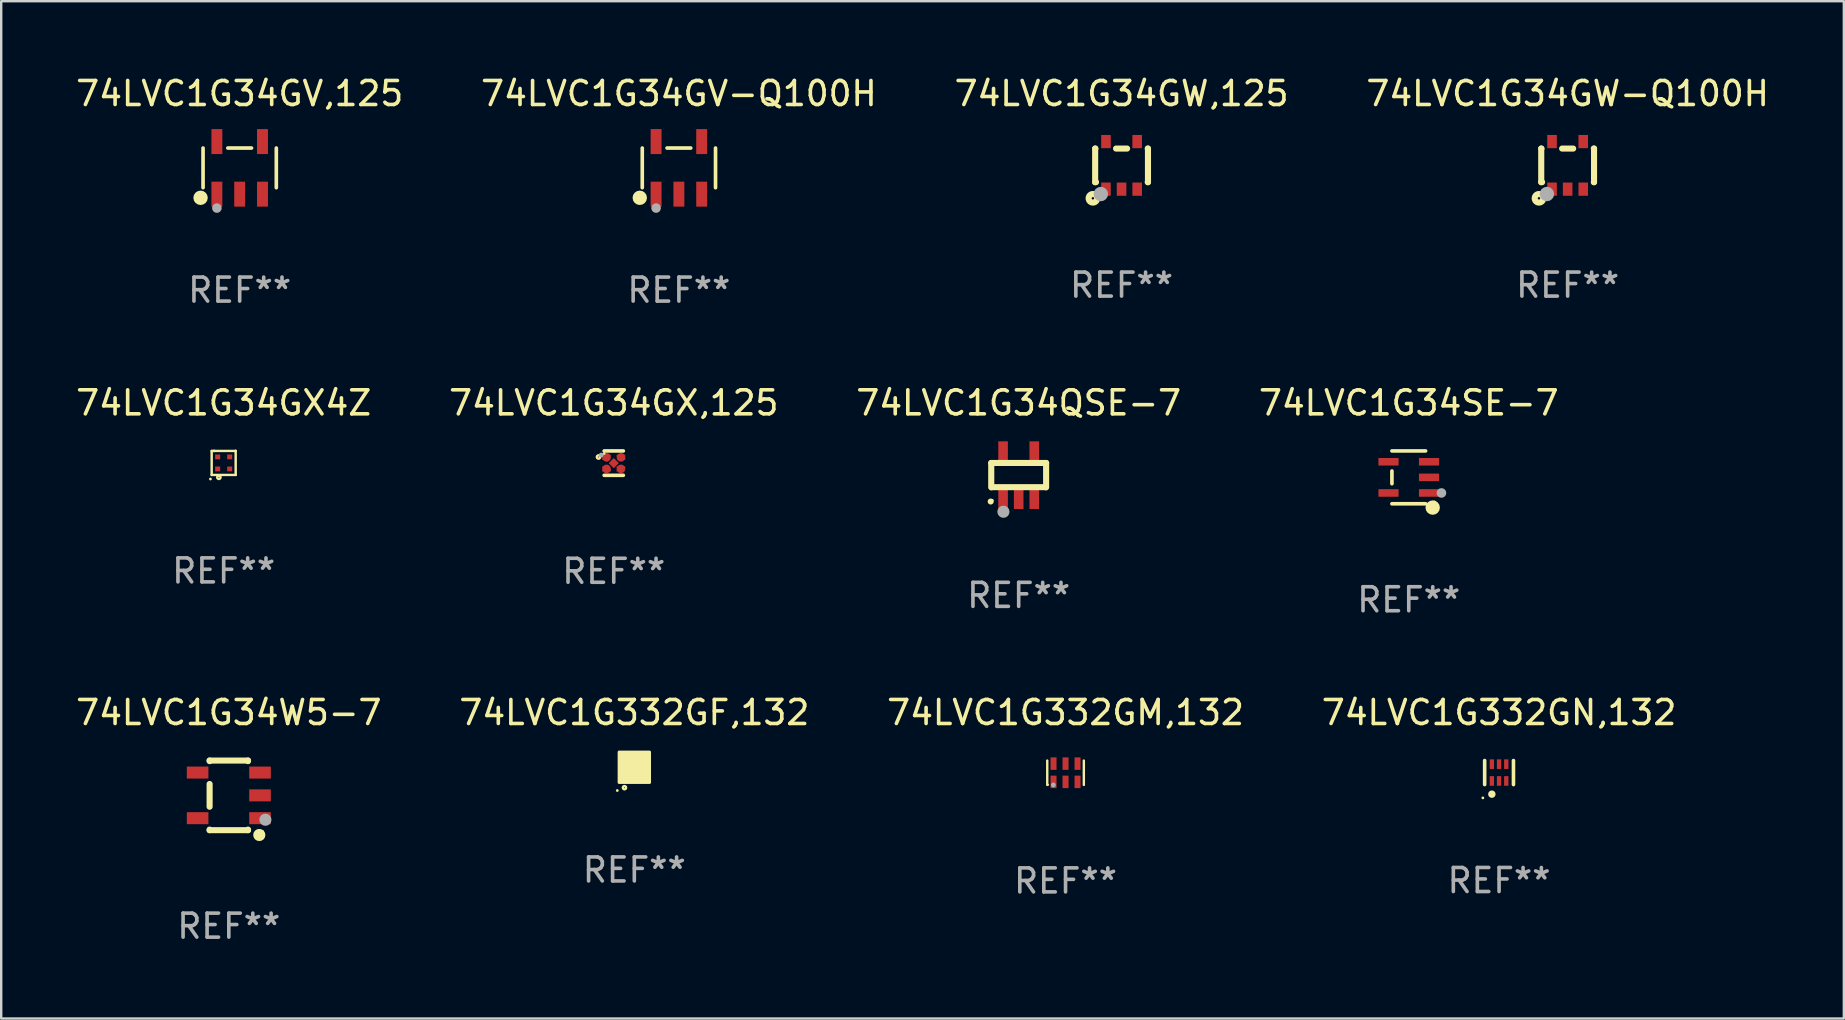
<source format=kicad_pcb>
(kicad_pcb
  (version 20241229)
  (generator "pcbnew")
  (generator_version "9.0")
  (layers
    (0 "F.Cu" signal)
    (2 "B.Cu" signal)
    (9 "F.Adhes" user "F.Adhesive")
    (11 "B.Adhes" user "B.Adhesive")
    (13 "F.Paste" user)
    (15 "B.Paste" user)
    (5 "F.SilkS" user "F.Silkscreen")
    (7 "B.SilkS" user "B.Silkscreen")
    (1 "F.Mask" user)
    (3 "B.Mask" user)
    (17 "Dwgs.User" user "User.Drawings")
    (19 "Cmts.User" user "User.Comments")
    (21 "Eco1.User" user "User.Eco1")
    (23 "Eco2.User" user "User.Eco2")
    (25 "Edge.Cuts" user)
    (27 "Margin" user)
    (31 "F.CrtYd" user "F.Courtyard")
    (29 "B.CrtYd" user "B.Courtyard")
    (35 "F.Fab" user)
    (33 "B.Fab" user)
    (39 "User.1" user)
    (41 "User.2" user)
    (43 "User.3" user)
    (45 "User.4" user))
  (footprint "74LVC1G34GV,125"
    (layer "F.Cu")
    (at 6.935 3.943)
    (property "Reference" "74LVC1G34GV,125" (at 0 -3.095 0) (layer "F.SilkS") (effects (font (size 1 1) (thickness 0.15))))
    (attr through_hole)
    (fp_line (start -1.526 0.826) (end -1.526 -0.826) (stroke (width 0.152) (type solid)) (layer "F.SilkS"))
    (fp_line (start 0.494 -0.826) (end -0.494 -0.826) (stroke (width 0.152) (type solid)) (layer "F.SilkS"))
    (fp_line (start 1.526 0.826) (end 1.526 -0.826) (stroke (width 0.152) (type solid)) (layer "F.SilkS"))
    (fp_circle (center -1.63 1.247) (end -1.48 1.247) (stroke (width 0.3) (type solid)) (fill no) (layer "F.SilkS"))
    (fp_circle (center -1.45 1.375) (end -1.42 1.375) (stroke (width 0.06) (type solid)) (fill no) (layer "F.SilkS"))
    (fp_circle (center -0.95 1.675) (end -0.85 1.675) (stroke (width 0.2) (type solid)) (fill no) (layer "F.Fab"))
    (fp_text user "REF**" (at 0 5.095 0) (layer "F.Fab") (effects (font (size 1 1) (thickness 0.15))))
    (pad "1" smd rect (at -0.95 1.095) (size 0.455 1.04) (layers "F.Cu" "F.Mask" "F.Paste"))
    (pad "2" smd rect (at 0 1.095) (size 0.455 1.04) (layers "F.Cu" "F.Mask" "F.Paste"))
    (pad "3" smd rect (at 0.95 1.095) (size 0.455 1.04) (layers "F.Cu" "F.Mask" "F.Paste"))
    (pad "4" smd rect (at 0.95 -1.095) (size 0.455 1.04) (layers "F.Cu" "F.Mask" "F.Paste"))
    (pad "5" smd rect (at -0.95 -1.095) (size 0.455 1.04) (layers "F.Cu" "F.Mask" "F.Paste")))
  (footprint "74LVC1G34GX,125"
    (layer "F.Cu")
    (at 22.518 16.243)
    (property "Reference" "74LVC1G34GX,125" (at 0 -2.508 0) (layer "F.SilkS") (effects (font (size 1 1) (thickness 0.15))))
    (attr through_hole)
    (fp_line (start 0.4 -0.508) (end -0.4 -0.508) (stroke (width 0.15) (type solid)) (layer "F.SilkS"))
    (fp_line (start 0.4 0.508) (end -0.4 0.508) (stroke (width 0.15) (type solid)) (layer "F.SilkS"))
    (fp_circle (center -0.635 -0.254) (end -0.615 -0.254) (stroke (width 0.1) (type solid)) (fill no) (layer "F.SilkS"))
    (fp_circle (center -0.401 -0.4) (end -0.371 -0.4) (stroke (width 0.06) (type solid)) (fill no) (layer "F.SilkS"))
    (fp_circle (center -0.523 -0.337) (end -0.473 -0.337) (stroke (width 0.1) (type solid)) (fill no) (layer "F.Fab"))
    (fp_text user "REF**" (at 0 4.508 0) (layer "F.Fab") (effects (font (size 1 1) (thickness 0.15))))
    (pad "1" smd custom (at -0.3 -0.24) (size 0.36 0.22) (layers "F.Cu" "F.Mask" "F.Paste") (options (anchor circle)) (primitives (gr_poly (pts (xy -0.18 -0.11) (xy -0.18 0.11) (xy 0.000127 0.11) (xy 0.18 -0.03) (xy 0.18 -0.11) (xy -0.18 -0.11)) (width 0) (fill yes))))
    (pad "2" smd custom (at -0.3 0.24) (size 0.36 0.22) (layers "F.Cu" "F.Mask" "F.Paste") (options (anchor circle)) (primitives (gr_poly (pts (xy -0.18 0.11) (xy -0.18 -0.11) (xy 0.000127 -0.11) (xy 0.18 0.03) (xy 0.18 0.11) (xy -0.18 0.11)) (width 0) (fill yes))))
    (pad "3" smd rect (at 0.000102 -0.000127 45) (size 0.3 0.3) (layers "F.Cu" "F.Mask" "F.Paste"))
    (pad "4" smd custom (at 0.3 0.24 180) (size 0.36 0.22) (layers "F.Cu" "F.Mask" "F.Paste") (options (anchor circle)) (primitives (gr_poly (pts (xy 0.18 0.11) (xy 0.18 -0.11) (xy -0.000178 -0.11) (xy -0.18 0.03) (xy -0.18 0.11) (xy 0.18 0.11)) (width 0) (fill yes))))
    (pad "5" smd custom (at 0.3 -0.24) (size 0.36 0.22) (layers "F.Cu" "F.Mask" "F.Paste") (options (anchor circle)) (primitives (gr_poly (pts (xy 0.18 -0.11) (xy 0.18 0.11) (xy -0.000152 0.11) (xy -0.18 -0.03) (xy -0.18 -0.11) (xy 0.18 -0.11)) (width 0) (fill yes)))))
  (footprint "74LVC1G34GW-Q100H"
    (layer "F.Cu")
    (at 62.256 3.839)
    (property "Reference" "74LVC1G34GW-Q100H" (at 0 -2.991 0) (layer "F.SilkS") (effects (font (size 1 1) (thickness 0.15))))
    (attr through_hole)
    (fp_line (start -1.1 -0.7) (end -1.1 0.7) (stroke (width 0.254) (type solid)) (layer "F.SilkS"))
    (fp_line (start -1.1 -0.7) (end -1.09 -0.7) (stroke (width 0.254) (type solid)) (layer "F.SilkS"))
    (fp_line (start -1.1 0.7) (end -1.065 0.7) (stroke (width 0.254) (type solid)) (layer "F.SilkS"))
    (fp_line (start -0.23 -0.7) (end 0.23 -0.7) (stroke (width 0.254) (type solid)) (layer "F.SilkS"))
    (fp_line (start 1.09 -0.7) (end 1.1 -0.7) (stroke (width 0.254) (type solid)) (layer "F.SilkS"))
    (fp_line (start 1.09 0.7) (end 1.1 0.7) (stroke (width 0.254) (type solid)) (layer "F.SilkS"))
    (fp_line (start 1.1 -0.7) (end 1.1 0.7) (stroke (width 0.254) (type solid)) (layer "F.SilkS"))
    (fp_circle (center -1.194 1.372) (end -1.143 1.372) (stroke (width 0.254) (type solid)) (fill no) (layer "F.SilkS"))
    (fp_circle (center -1.05 1.063) (end -1.02 1.063) (stroke (width 0.06) (type solid)) (fill no) (layer "F.SilkS"))
    (fp_circle (center -0.864 1.194) (end -0.713 1.194) (stroke (width 0.3) (type solid)) (fill no) (layer "F.Fab"))
    (fp_text user "REF**" (at 0 4.991 0) (layer "F.Fab") (effects (font (size 1 1) (thickness 0.15))))
    (pad "1" smd rect (at -0.65 0.991 180) (size 0.399 0.551) (layers "F.Cu" "F.Mask" "F.Paste"))
    (pad "2" smd rect (at 0 0.991 180) (size 0.399 0.551) (layers "F.Cu" "F.Mask" "F.Paste"))
    (pad "3" smd rect (at 0.65 0.991 180) (size 0.399 0.551) (layers "F.Cu" "F.Mask" "F.Paste"))
    (pad "4" smd rect (at 0.65 -0.991 180) (size 0.399 0.551) (layers "F.Cu" "F.Mask" "F.Paste"))
    (pad "5" smd rect (at -0.65 -0.991 180) (size 0.399 0.551) (layers "F.Cu" "F.Mask" "F.Paste")))
  (footprint "74LVC1G332GN,132"
    (layer "F.Cu")
    (at 59.399 29.134)
    (property "Reference" "74LVC1G332GN,132" (at 0 -2.5 0) (layer "F.SilkS") (effects (font (size 1 1) (thickness 0.15))))
    (attr through_hole)
    (fp_line (start -0.6 -0.5) (end -0.6 0.5) (stroke (width 0.15) (type solid)) (layer "F.SilkS"))
    (fp_line (start 0.6 0.5) (end 0.6 -0.5) (stroke (width 0.15) (type solid)) (layer "F.SilkS"))
    (fp_circle (center -0.675 1.055) (end -0.645 1.055) (stroke (width 0.06) (type solid)) (fill no) (layer "F.SilkS"))
    (fp_circle (center -0.3 0.9) (end -0.22 0.9) (stroke (width 0.15) (type solid)) (fill no) (layer "F.SilkS"))
    (fp_text user "REF**" (at 0 4.5 0) (layer "F.Fab") (effects (font (size 1 1) (thickness 0.15))))
    (pad "1" smd rect (at -0.3 0.35) (size 0.18 0.4) (layers "F.Cu" "F.Mask" "F.Paste"))
    (pad "2" smd rect (at 0.000025 0.35) (size 0.18 0.4) (layers "F.Cu" "F.Mask" "F.Paste"))
    (pad "3" smd rect (at 0.3 0.35) (size 0.18 0.4) (layers "F.Cu" "F.Mask" "F.Paste"))
    (pad "4" smd rect (at 0.3 -0.35) (size 0.18 0.4) (layers "F.Cu" "F.Mask" "F.Paste"))
    (pad "5" smd rect (at 0.000025 -0.35) (size 0.18 0.4) (layers "F.Cu" "F.Mask" "F.Paste"))
    (pad "6" smd rect (at -0.3 -0.35) (size 0.18 0.4) (layers "F.Cu" "F.Mask" "F.Paste")))
  (footprint "74LVC1G332GM,132"
    (layer "F.Cu")
    (at 41.339 29.142)
    (property "Reference" "74LVC1G332GM,132" (at 0 -2.508 0) (layer "F.SilkS") (effects (font (size 1 1) (thickness 0.15))))
    (attr through_hole)
    (fp_line (start -0.762 -0.508) (end -0.762 0.508) (stroke (width 0.1) (type solid)) (layer "F.SilkS"))
    (fp_line (start 0.762 -0.508) (end 0.762 0.508) (stroke (width 0.1) (type solid)) (layer "F.SilkS"))
    (fp_circle (center -0.725 0.5) (end -0.705 0.5) (stroke (width 0.04) (type solid)) (fill no) (layer "F.SilkS"))
    (fp_circle (center -0.508 0.508) (end -0.458 0.508) (stroke (width 0.1) (type solid)) (fill no) (layer "F.Fab"))
    (fp_text user "REF**" (at 0 4.508 0) (layer "F.Fab") (effects (font (size 1 1) (thickness 0.15))))
    (pad "1" smd rect (at -0.5 0.38) (size 0.25 0.52) (layers "F.Cu" "F.Mask" "F.Paste"))
    (pad "2" smd rect (at -0.000127 0.38) (size 0.25 0.52) (layers "F.Cu" "F.Mask" "F.Paste"))
    (pad "3" smd rect (at 0.5 0.38) (size 0.25 0.52) (layers "F.Cu" "F.Mask" "F.Paste"))
    (pad "4" smd rect (at 0.5 -0.38 180) (size 0.25 0.52) (layers "F.Cu" "F.Mask" "F.Paste"))
    (pad "5" smd rect (at -0.000127 -0.38 180) (size 0.25 0.52) (layers "F.Cu" "F.Mask" "F.Paste"))
    (pad "6" smd rect (at -0.5 -0.38 180) (size 0.25 0.52) (layers "F.Cu" "F.Mask" "F.Paste")))
  (footprint "74LVC1G332GF,132"
    (layer "F.Cu")
    (at 23.375 28.914)
    (property "Reference" "74LVC1G332GF,132" (at 0 -2.28 0) (layer "F.SilkS") (effects (font (size 1 1) (thickness 0.15))))
    (attr through_hole)
    (fp_circle (center -0.71 0.968) (end -0.68 0.968) (stroke (width 0.06) (type solid)) (fill no) (layer "F.SilkS"))
    (fp_circle (center -0.41 0.85) (end -0.342 0.85) (stroke (width 0.1) (type solid)) (fill no) (layer "F.SilkS"))
    (fp_poly (pts (xy -0.635 -0.635) (xy 0.635 -0.635) (xy 0.635 0.635) (xy -0.635 0.635)) (stroke (width 0.12) (type solid)) (fill yes) (layer "F.SilkS"))
    (fp_text user "REF**" (at 0 4.28 0) (layer "F.Fab") (effects (font (size 1 1) (thickness 0.15))))
    (pad "1" smd rect (at -0.35 0.28 90) (size 0.35 0.2) (layers "F.Cu" "F.Mask" "F.Paste"))
    (pad "2" smd rect (at 0 0.28 90) (size 0.35 0.2) (layers "F.Cu" "F.Mask" "F.Paste"))
    (pad "3" smd rect (at 0.35 0.28 90) (size 0.35 0.2) (layers "F.Cu" "F.Mask" "F.Paste"))
    (pad "4" smd rect (at 0.35 -0.28 90) (size 0.35 0.2) (layers "F.Cu" "F.Mask" "F.Paste"))
    (pad "5" smd rect (at 0 -0.28 90) (size 0.35 0.2) (layers "F.Cu" "F.Mask" "F.Paste"))
    (pad "6" smd rect (at -0.35 -0.28 90) (size 0.35 0.2) (layers "F.Cu" "F.Mask" "F.Paste")))
  (footprint "74LVC1G34SE-7"
    (layer "F.Cu")
    (at 55.637 16.836)
    (property "Reference" "74LVC1G34SE-7" (at 0 -3.101 0) (layer "F.SilkS") (effects (font (size 1 1) (thickness 0.15))))
    (attr through_hole)
    (fp_line (start -0.701 -0.264) (end -0.701 0.264) (stroke (width 0.152) (type solid)) (layer "F.SilkS"))
    (fp_line (start 0.701 -1.101) (end -0.701 -1.101) (stroke (width 0.152) (type solid)) (layer "F.SilkS"))
    (fp_line (start 0.701 1.101) (end -0.701 1.101) (stroke (width 0.152) (type solid)) (layer "F.SilkS"))
    (fp_circle (center 0.997 1.26) (end 1.147 1.26) (stroke (width 0.3) (type solid)) (fill no) (layer "F.SilkS"))
    (fp_circle (center 1.063 1.025) (end 1.093 1.025) (stroke (width 0.06) (type solid)) (fill no) (layer "F.SilkS"))
    (fp_circle (center 1.362 0.65) (end 1.463 0.65) (stroke (width 0.2) (type solid)) (fill no) (layer "F.Fab"))
    (fp_text user "REF**" (at 0 5.101 0) (layer "F.Fab") (effects (font (size 1 1) (thickness 0.15))))
    (pad "1" smd rect (at 0.844 0.65) (size 0.839 0.315) (layers "F.Cu" "F.Mask" "F.Paste"))
    (pad "2" smd rect (at 0.844 0) (size 0.839 0.315) (layers "F.Cu" "F.Mask" "F.Paste"))
    (pad "3" smd rect (at 0.844 -0.65) (size 0.839 0.315) (layers "F.Cu" "F.Mask" "F.Paste"))
    (pad "4" smd rect (at -0.844 -0.65) (size 0.839 0.315) (layers "F.Cu" "F.Mask" "F.Paste"))
    (pad "5" smd rect (at -0.844 0.65) (size 0.839 0.315) (layers "F.Cu" "F.Mask" "F.Paste")))
  (footprint "74LVC1G34QSE-7"
    (layer "F.Cu")
    (at 39.387 16.745)
    (property "Reference" "74LVC1G34QSE-7" (at 0 -3.01 0) (layer "F.SilkS") (effects (font (size 1 1) (thickness 0.15))))
    (attr through_hole)
    (fp_line (start -1.143 -0.508) (end -1.143 0.508) (stroke (width 0.254) (type solid)) (layer "F.SilkS"))
    (fp_line (start -1.1 0.5) (end 1.1 0.5) (stroke (width 0.254) (type solid)) (layer "F.SilkS"))
    (fp_line (start 1.143 -0.508) (end -1.143 -0.508) (stroke (width 0.254) (type solid)) (layer "F.SilkS"))
    (fp_line (start 1.143 0.508) (end 1.143 -0.508) (stroke (width 0.254) (type solid)) (layer "F.SilkS"))
    (fp_arc (start -1.167717 1.098095) (mid -1.166447 1.098088) (end -1.165177 1.098095) (stroke (width 0.24892) (type solid)) (layer "F.SilkS"))
    (fp_circle (center -1.1 1.05) (end -1.07 1.05) (stroke (width 0.06) (type solid)) (fill no) (layer "F.SilkS"))
    (fp_circle (center -0.635 1.524) (end -0.508 1.524) (stroke (width 0.254) (type solid)) (fill no) (layer "F.Fab"))
    (fp_text user "REF**" (at 0 5.01 0) (layer "F.Fab") (effects (font (size 1 1) (thickness 0.15))))
    (pad "1" smd rect (at -0.65 1.01 180) (size 0.4 0.8) (layers "F.Cu" "F.Mask" "F.Paste"))
    (pad "2" smd rect (at 0 1.01 180) (size 0.4 0.8) (layers "F.Cu" "F.Mask" "F.Paste"))
    (pad "3" smd rect (at 0.65 1.01 180) (size 0.4 0.8) (layers "F.Cu" "F.Mask" "F.Paste"))
    (pad "4" smd rect (at 0.65 -1.01 180) (size 0.4 0.8) (layers "F.Cu" "F.Mask" "F.Paste"))
    (pad "5" smd rect (at -0.65 -1.01 180) (size 0.4 0.8) (layers "F.Cu" "F.Mask" "F.Paste")))
  (footprint "74LVC1G34GX4Z"
    (layer "F.Cu")
    (at 6.268 16.235)
    (property "Reference" "74LVC1G34GX4Z" (at 0 -2.5 0) (layer "F.SilkS") (effects (font (size 1 1) (thickness 0.15))))
    (attr through_hole)
    (fp_line (start -0.5 -0.5) (end -0.399 -0.5) (stroke (width 0.102) (type solid)) (layer "F.SilkS"))
    (fp_line (start -0.5 0.5) (end -0.5 -0.5) (stroke (width 0.102) (type solid)) (layer "F.SilkS"))
    (fp_line (start -0.399 -0.5) (end -0.399 -0.5) (stroke (width 0.102) (type solid)) (layer "F.SilkS"))
    (fp_line (start -0.399 -0.5) (end 0.5 -0.5) (stroke (width 0.102) (type solid)) (layer "F.SilkS"))
    (fp_line (start 0.5 -0.5) (end 0.5 -0.5) (stroke (width 0.102) (type solid)) (layer "F.SilkS"))
    (fp_line (start 0.5 -0.5) (end 0.5 0.5) (stroke (width 0.102) (type solid)) (layer "F.SilkS"))
    (fp_line (start 0.5 0.5) (end -0.5 0.5) (stroke (width 0.102) (type solid)) (layer "F.SilkS"))
    (fp_circle (center -0.551 0.67) (end -0.521 0.67) (stroke (width 0.06) (type solid)) (fill no) (layer "F.SilkS"))
    (fp_circle (center -0.2 0.6) (end -0.18 0.6) (stroke (width 0.1) (type solid)) (fill no) (layer "F.SilkS"))
    (fp_text user "REF**" (at 0 4.5 0) (layer "F.Fab") (effects (font (size 1 1) (thickness 0.15))))
    (pad "1" smd rect (at -0.25 0.25 90) (size 0.2 0.21) (layers "F.Cu" "F.Mask" "F.Paste"))
    (pad "2" smd rect (at 0.25 0.25 90) (size 0.2 0.21) (layers "F.Cu" "F.Mask" "F.Paste"))
    (pad "3" smd rect (at 0.25 -0.25 90) (size 0.2 0.21) (layers "F.Cu" "F.Mask" "F.Paste"))
    (pad "4" smd rect (at -0.25 -0.25 90) (size 0.2 0.21) (layers "F.Cu" "F.Mask" "F.Paste")))
  (footprint "74LVC1G34GV-Q100H"
    (layer "F.Cu")
    (at 25.232 3.943)
    (property "Reference" "74LVC1G34GV-Q100H" (at 0 -3.095 0) (layer "F.SilkS") (effects (font (size 1 1) (thickness 0.15))))
    (attr through_hole)
    (fp_line (start -1.526 0.826) (end -1.526 -0.826) (stroke (width 0.152) (type solid)) (layer "F.SilkS"))
    (fp_line (start 0.494 -0.826) (end -0.494 -0.826) (stroke (width 0.152) (type solid)) (layer "F.SilkS"))
    (fp_line (start 1.526 0.826) (end 1.526 -0.826) (stroke (width 0.152) (type solid)) (layer "F.SilkS"))
    (fp_circle (center -1.63 1.247) (end -1.48 1.247) (stroke (width 0.3) (type solid)) (fill no) (layer "F.SilkS"))
    (fp_circle (center -1.45 1.375) (end -1.42 1.375) (stroke (width 0.06) (type solid)) (fill no) (layer "F.SilkS"))
    (fp_circle (center -0.95 1.675) (end -0.85 1.675) (stroke (width 0.2) (type solid)) (fill no) (layer "F.Fab"))
    (fp_text user "REF**" (at 0 5.095 0) (layer "F.Fab") (effects (font (size 1 1) (thickness 0.15))))
    (pad "1" smd rect (at -0.95 1.095) (size 0.455 1.04) (layers "F.Cu" "F.Mask" "F.Paste"))
    (pad "2" smd rect (at 0 1.095) (size 0.455 1.04) (layers "F.Cu" "F.Mask" "F.Paste"))
    (pad "3" smd rect (at 0.95 1.095) (size 0.455 1.04) (layers "F.Cu" "F.Mask" "F.Paste"))
    (pad "4" smd rect (at 0.95 -1.095) (size 0.455 1.04) (layers "F.Cu" "F.Mask" "F.Paste"))
    (pad "5" smd rect (at -0.95 -1.095) (size 0.455 1.04) (layers "F.Cu" "F.Mask" "F.Paste")))
  (footprint "74LVC1G34GW,125"
    (layer "F.Cu")
    (at 43.673 3.839)
    (property "Reference" "74LVC1G34GW,125" (at 0 -2.991 0) (layer "F.SilkS") (effects (font (size 1 1) (thickness 0.15))))
    (attr through_hole)
    (fp_line (start -1.1 -0.7) (end -1.1 0.7) (stroke (width 0.254) (type solid)) (layer "F.SilkS"))
    (fp_line (start -1.1 -0.7) (end -1.09 -0.7) (stroke (width 0.254) (type solid)) (layer "F.SilkS"))
    (fp_line (start -1.1 0.7) (end -1.065 0.7) (stroke (width 0.254) (type solid)) (layer "F.SilkS"))
    (fp_line (start -0.23 -0.7) (end 0.23 -0.7) (stroke (width 0.254) (type solid)) (layer "F.SilkS"))
    (fp_line (start 1.09 -0.7) (end 1.1 -0.7) (stroke (width 0.254) (type solid)) (layer "F.SilkS"))
    (fp_line (start 1.09 0.7) (end 1.1 0.7) (stroke (width 0.254) (type solid)) (layer "F.SilkS"))
    (fp_line (start 1.1 -0.7) (end 1.1 0.7) (stroke (width 0.254) (type solid)) (layer "F.SilkS"))
    (fp_circle (center -1.194 1.372) (end -1.143 1.372) (stroke (width 0.254) (type solid)) (fill no) (layer "F.SilkS"))
    (fp_circle (center -1.05 1.063) (end -1.02 1.063) (stroke (width 0.06) (type solid)) (fill no) (layer "F.SilkS"))
    (fp_circle (center -0.864 1.194) (end -0.713 1.194) (stroke (width 0.3) (type solid)) (fill no) (layer "F.Fab"))
    (fp_text user "REF**" (at 0 4.991 0) (layer "F.Fab") (effects (font (size 1 1) (thickness 0.15))))
    (pad "1" smd rect (at -0.65 0.991 180) (size 0.399 0.551) (layers "F.Cu" "F.Mask" "F.Paste"))
    (pad "2" smd rect (at 0 0.991 180) (size 0.399 0.551) (layers "F.Cu" "F.Mask" "F.Paste"))
    (pad "3" smd rect (at 0.65 0.991 180) (size 0.399 0.551) (layers "F.Cu" "F.Mask" "F.Paste"))
    (pad "4" smd rect (at 0.65 -0.991 180) (size 0.399 0.551) (layers "F.Cu" "F.Mask" "F.Paste"))
    (pad "5" smd rect (at -0.65 -0.991 180) (size 0.399 0.551) (layers "F.Cu" "F.Mask" "F.Paste")))
  (footprint "74LVC1G34W5-7"
    (layer "F.Cu")
    (at 6.482 30.084)
    (property "Reference" "74LVC1G34W5-7" (at 0 -3.45 0) (layer "F.SilkS") (effects (font (size 1 1) (thickness 0.15))))
    (attr through_hole)
    (fp_line (start -0.8 -1.45) (end -0.8 -1.426) (stroke (width 0.254) (type solid)) (layer "F.SilkS"))
    (fp_line (start -0.8 -0.474) (end -0.8 0.474) (stroke (width 0.254) (type solid)) (layer "F.SilkS"))
    (fp_line (start -0.8 1.426) (end -0.8 1.45) (stroke (width 0.254) (type solid)) (layer "F.SilkS"))
    (fp_line (start 0.8 -1.45) (end -0.8 -1.45) (stroke (width 0.254) (type solid)) (layer "F.SilkS"))
    (fp_line (start 0.8 -1.426) (end 0.8 -1.45) (stroke (width 0.254) (type solid)) (layer "F.SilkS"))
    (fp_line (start 0.8 1.45) (end -0.8 1.45) (stroke (width 0.254) (type solid)) (layer "F.SilkS"))
    (fp_line (start 0.8 1.45) (end 0.8 1.426) (stroke (width 0.254) (type solid)) (layer "F.SilkS"))
    (fp_circle (center 1.27 1.651) (end 1.397 1.651) (stroke (width 0.254) (type solid)) (fill no) (layer "F.SilkS"))
    (fp_circle (center 1.4 1.5) (end 1.43 1.5) (stroke (width 0.06) (type solid)) (fill no) (layer "F.SilkS"))
    (fp_circle (center 1.524 1.016) (end 1.651 1.016) (stroke (width 0.254) (type solid)) (fill no) (layer "F.Fab"))
    (fp_text user "REF**" (at 0 5.45 0) (layer "F.Fab") (effects (font (size 1 1) (thickness 0.15))))
    (pad "1" smd rect (at 1.3 0.95 90) (size 0.5 0.9) (layers "F.Cu" "F.Mask" "F.Paste"))
    (pad "2" smd rect (at 1.3 0.000051 90) (size 0.5 0.9) (layers "F.Cu" "F.Mask" "F.Paste"))
    (pad "3" smd rect (at 1.3 -0.95 90) (size 0.5 0.9) (layers "F.Cu" "F.Mask" "F.Paste"))
    (pad "4" smd rect (at -1.3 -0.95 90) (size 0.5 0.9) (layers "F.Cu" "F.Mask" "F.Paste"))
    (pad "5" smd rect (at -1.3 0.95 90) (size 0.5 0.9) (layers "F.Cu" "F.Mask" "F.Paste")))
  (gr_rect
    (start -3 -3)
    (end 73.762 39.382)
    (stroke (width 0.1) (type default))
    (fill no)
    (layer "Edge.Cuts")))
</source>
